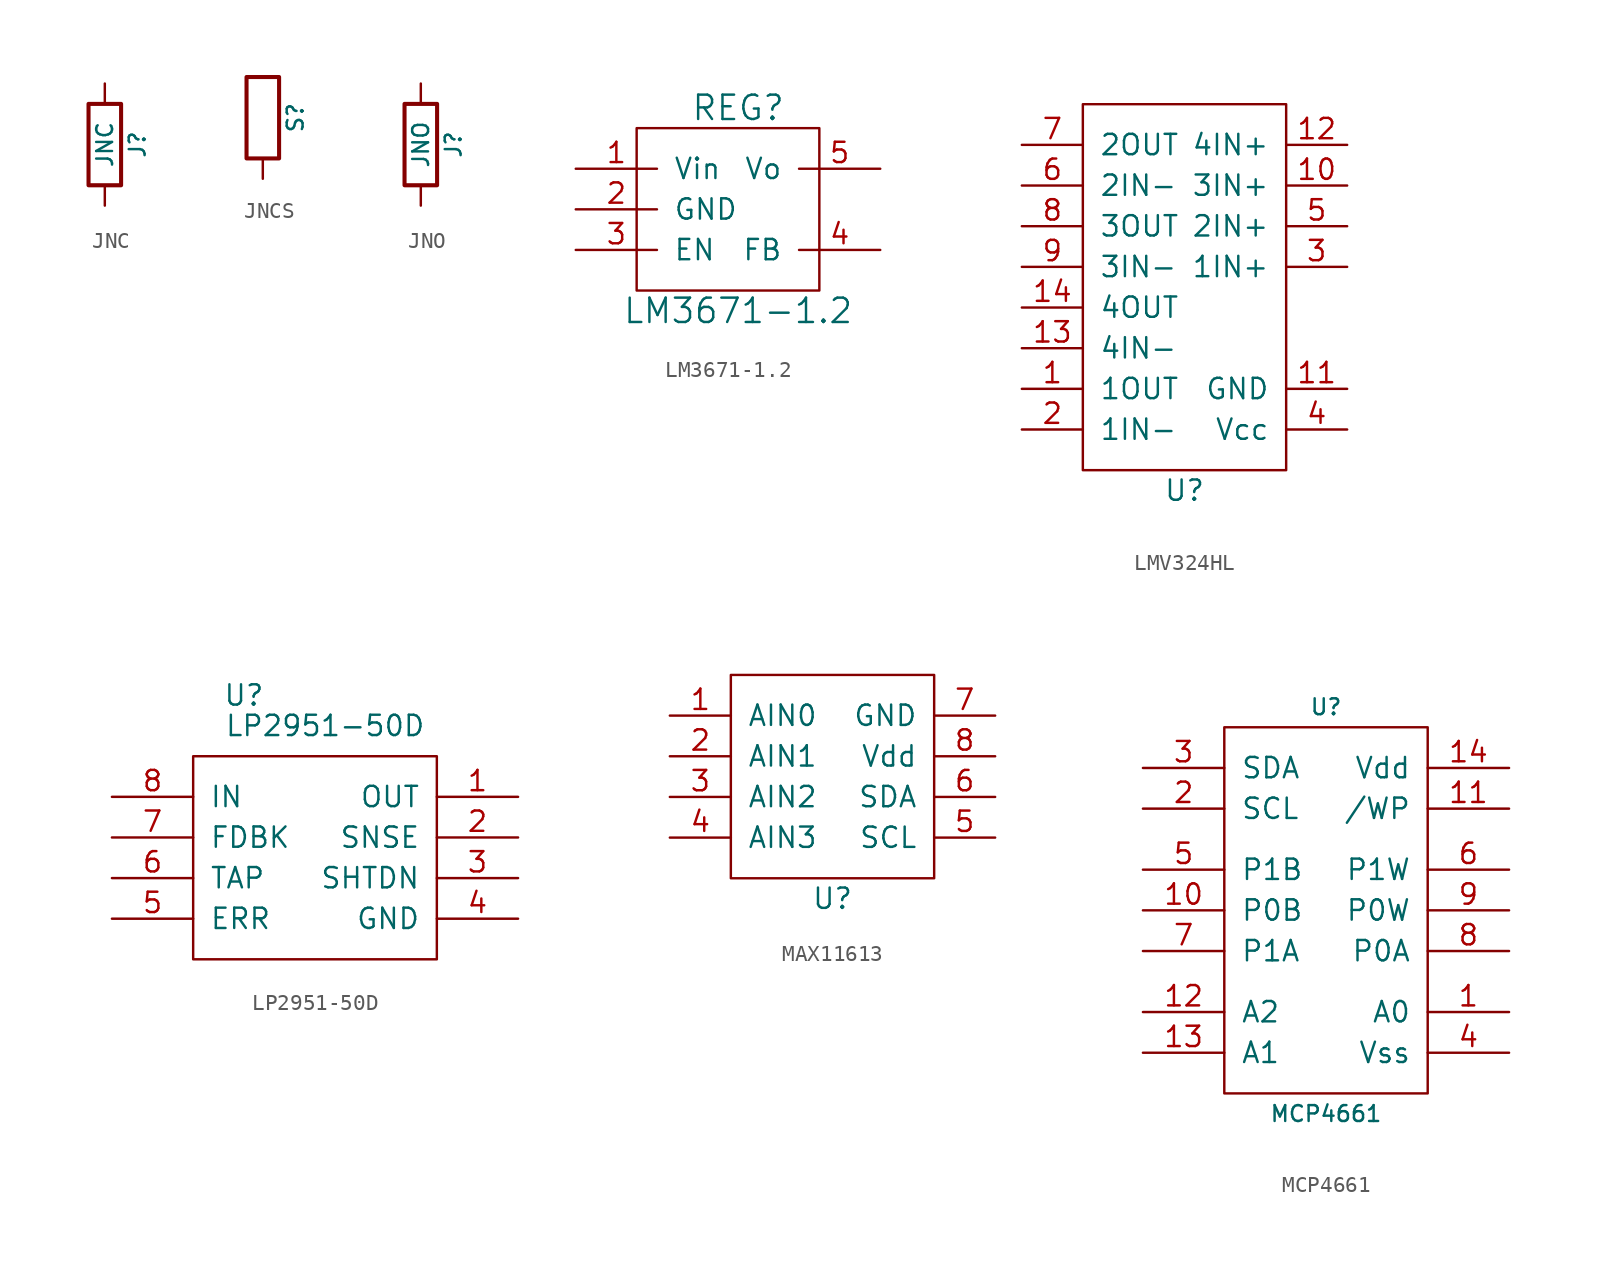
<source format=kicad_sym>
(kicad_symbol_lib
  (version 20220914)
  (generator kicad_symbol_editor)
  (symbol "JNC"
    (pin_numbers hide)
    (pin_names
      (offset 0))
    (property "Reference" "J"
      (at 2.032 0 90)
      (effects (font (size 0.991 0.991))))
    (property "Value" "JNC"
      (at 0 0 90)
      (effects (font (size 0.991 0.991))))
    (property "Footprint" ""
      (at -1.778 0 90)
      (effects (font (size 1.27 1.27))))
    (property "Datasheet" ""
      (at 0 0 0)
      (effects (font (size 1.27 1.27))))
    (symbol "JNC_0_1"
      (rectangle (start -1.016 -2.54) (end 1.016 2.54) (stroke (width 0.254) (type solid)) (fill (type none))))
    (symbol "JNC_1_1"
      (pin passive line (at 0 -3.81 90) (length 1.27) (name "~" (effects (font (size 1.27 1.27)))) (number "1" (effects (font (size 1.27 1.27)))))
      (pin passive line (at 0 3.81 270) (length 1.27) (name "~" (effects (font (size 1.27 1.27)))) (number "2" (effects (font (size 1.27 1.27)))))))
  (symbol "JNCS"
    (pin_numbers hide)
    (pin_names
      (offset 0))
    (property "Reference" "S"
      (at 2.032 0 90)
      (effects (font (size 0.991 0.991))))
    (property "Footprint" ""
      (at -1.778 0 90)
      (effects (font (size 1.27 1.27))))
    (property "Datasheet" ""
      (at 0 0 0)
      (effects (font (size 1.27 1.27))))
    (symbol "JNCS_0_1"
      (rectangle (start -1.016 -2.54) (end 1.016 2.54) (stroke (width 0.254) (type solid)) (fill (type none))))
    (symbol "JNCS_1_1"
      (pin passive line (at 0 -3.81 90) (length 1.27) (name "~" (effects (font (size 1.27 1.27)))) (number "1" (effects (font (size 1.27 1.27)))))))
  (symbol "JNO"
    (pin_numbers hide)
    (pin_names
      (offset 0))
    (property "Reference" "J"
      (at 2.032 0 90)
      (effects (font (size 0.991 0.991))))
    (property "Value" "JNO"
      (at 0 0 90)
      (effects (font (size 0.991 0.991))))
    (property "Footprint" ""
      (at -1.778 0 90)
      (effects (font (size 1.27 1.27))))
    (property "Datasheet" ""
      (at 0 0 0)
      (effects (font (size 1.27 1.27))))
    (symbol "JNO_0_1"
      (rectangle (start -1.016 -2.54) (end 1.016 2.54) (stroke (width 0.254) (type solid)) (fill (type none))))
    (symbol "JNO_1_1"
      (pin passive line (at 0 3.81 270) (length 1.27) (name "~" (effects (font (size 1.27 1.27)))) (number "1" (effects (font (size 1.27 1.27)))))
      (pin passive line (at 0 -3.81 90) (length 1.27) (name "~" (effects (font (size 1.27 1.27)))) (number "2" (effects (font (size 1.27 1.27)))))))
  (symbol "LM3671-1.2"
    (pin_names
      (offset 1.016))
    (property "Reference" "REG"
      (at 5.08 6.35 0)
      (effects (font (size 1.524 1.524))))
    (property "Value" "LM3671-1.2"
      (at 5.08 -6.35 0)
      (effects (font (size 1.524 1.524))))
    (property "Footprint" ""
      (at 0 0 0)
      (effects (font (size 1.524 1.524))))
    (property "Datasheet" ""
      (at 0 0 0)
      (effects (font (size 1.524 1.524))))
    (symbol "LM3671-1.2_0_1"
      (rectangle (start -1.27 5.08) (end 10.16 -5.08) (stroke (width 0) (type solid)) (fill (type none))))
    (symbol "LM3671-1.2_1_1"
      (pin power_in line (at -5.08 2.54 0) (length 5.08) (name "Vin" (effects (font (size 1.27 1.27)))) (number "1" (effects (font (size 1.27 1.27)))))
      (pin power_in line (at -5.08 0 0) (length 5.08) (name "GND" (effects (font (size 1.27 1.27)))) (number "2" (effects (font (size 1.27 1.27)))))
      (pin input line (at -5.08 -2.54 0) (length 5.08) (name "EN" (effects (font (size 1.27 1.27)))) (number "3" (effects (font (size 1.27 1.27)))))
      (pin input line (at 13.97 -2.54 180) (length 5.08) (name "FB" (effects (font (size 1.27 1.27)))) (number "4" (effects (font (size 1.27 1.27)))))
      (pin power_out line (at 13.97 2.54 180) (length 5.08) (name "Vo" (effects (font (size 1.27 1.27)))) (number "5" (effects (font (size 1.27 1.27)))))))
  (symbol "LMV324HL"
    (pin_names
      (offset 1.016))
    (property "Reference" "U"
      (at 0 -7.62 0)
      (effects (font (size 1.27 1.27))))
    (symbol "LMV324HL_0_1"
      (rectangle (start -6.35 16.51) (end 6.35 -6.35) (stroke (width 0) (type solid)) (fill (type none))))
    (symbol "LMV324HL_1_1"
      (pin power_out line (at -10.16 -1.27 0) (length 3.81) (name "1OUT" (effects (font (size 1.27 1.27)))) (number "1" (effects (font (size 1.27 1.27)))))
      (pin input line (at 10.16 11.43 180) (length 3.81) (name "3IN+" (effects (font (size 1.27 1.27)))) (number "10" (effects (font (size 1.27 1.27)))))
      (pin power_out line (at 10.16 -1.27 180) (length 3.81) (name "GND" (effects (font (size 1.27 1.27)))) (number "11" (effects (font (size 1.27 1.27)))))
      (pin power_out line (at 10.16 13.97 180) (length 3.81) (name "4IN+" (effects (font (size 1.27 1.27)))) (number "12" (effects (font (size 1.27 1.27)))))
      (pin power_out line (at -10.16 1.27 0) (length 3.81) (name "4IN-" (effects (font (size 1.27 1.27)))) (number "13" (effects (font (size 1.27 1.27)))))
      (pin power_out line (at -10.16 3.81 0) (length 3.81) (name "4OUT" (effects (font (size 1.27 1.27)))) (number "14" (effects (font (size 1.27 1.27)))))
      (pin power_out line (at -10.16 -3.81 0) (length 3.81) (name "1IN-" (effects (font (size 1.27 1.27)))) (number "2" (effects (font (size 1.27 1.27)))))
      (pin power_out line (at 10.16 6.35 180) (length 3.81) (name "1IN+" (effects (font (size 1.27 1.27)))) (number "3" (effects (font (size 1.27 1.27)))))
      (pin input line (at 10.16 -3.81 180) (length 3.81) (name "Vcc" (effects (font (size 1.27 1.27)))) (number "4" (effects (font (size 1.27 1.27)))))
      (pin power_in line (at 10.16 8.89 180) (length 3.81) (name "2IN+" (effects (font (size 1.27 1.27)))) (number "5" (effects (font (size 1.27 1.27)))))
      (pin input line (at -10.16 11.43 0) (length 3.81) (name "2IN-" (effects (font (size 1.27 1.27)))) (number "6" (effects (font (size 1.27 1.27)))))
      (pin power_in line (at -10.16 13.97 0) (length 3.81) (name "2OUT" (effects (font (size 1.27 1.27)))) (number "7" (effects (font (size 1.27 1.27)))))
      (pin input line (at -10.16 8.89 0) (length 3.81) (name "3OUT" (effects (font (size 1.27 1.27)))) (number "8" (effects (font (size 1.27 1.27)))))
      (pin input line (at -10.16 6.35 0) (length 3.81) (name "3IN-" (effects (font (size 1.27 1.27)))) (number "9" (effects (font (size 1.27 1.27)))))))
  (symbol "LP2951-50D"
    (pin_names
      (offset 1.016))
    (property "Reference" "U"
      (at -5.715 15.24 0)
      (effects (font (size 1.27 1.27))))
    (property "Value" "LP2951-50D"
      (at -0.635 13.335 0)
      (effects (font (size 1.27 1.27))))
    (property "Footprint" ""
      (at 0 0 0)
      (effects (font (size 1.27 1.27))))
    (property "Datasheet" ""
      (at 0 0 0)
      (effects (font (size 1.27 1.27))))
    (symbol "LP2951-50D_0_1"
      (rectangle (start -8.89 11.43) (end 6.35 -1.27) (stroke (width 0) (type solid)) (fill (type none))))
    (symbol "LP2951-50D_1_1"
      (pin power_out line (at 11.43 8.89 180) (length 5.08) (name "OUT" (effects (font (size 1.27 1.27)))) (number "1" (effects (font (size 1.27 1.27)))))
      (pin input line (at 11.43 6.35 180) (length 5.08) (name "SNSE" (effects (font (size 1.27 1.27)))) (number "2" (effects (font (size 1.27 1.27)))))
      (pin input line (at 11.43 3.81 180) (length 5.08) (name "SHTDN" (effects (font (size 1.27 1.27)))) (number "3" (effects (font (size 1.27 1.27)))))
      (pin power_out line (at 11.43 1.27 180) (length 5.08) (name "GND" (effects (font (size 1.27 1.27)))) (number "4" (effects (font (size 1.27 1.27)))))
      (pin input line (at -13.97 1.27 0) (length 5.08) (name "ERR" (effects (font (size 1.27 1.27)))) (number "5" (effects (font (size 1.27 1.27)))))
      (pin output line (at -13.97 3.81 0) (length 5.08) (name "TAP" (effects (font (size 1.27 1.27)))) (number "6" (effects (font (size 1.27 1.27)))))
      (pin input line (at -13.97 6.35 0) (length 5.08) (name "FDBK" (effects (font (size 1.27 1.27)))) (number "7" (effects (font (size 1.27 1.27)))))
      (pin power_in line (at -13.97 8.89 0) (length 5.08) (name "IN" (effects (font (size 1.27 1.27)))) (number "8" (effects (font (size 1.27 1.27)))))))
  (symbol "MAX11613"
    (pin_names
      (offset 1.016))
    (property "Reference" "U"
      (at 0 -7.62 0)
      (effects (font (size 1.27 1.27))))
    (symbol "MAX11613_0_1"
      (rectangle (start -6.35 6.35) (end 6.35 -6.35) (stroke (width 0) (type solid)) (fill (type none))))
    (symbol "MAX11613_1_1"
      (pin input line (at -10.16 3.81 0) (length 3.81) (name "AIN0" (effects (font (size 1.27 1.27)))) (number "1" (effects (font (size 1.27 1.27)))))
      (pin power_in line (at -10.16 1.27 0) (length 3.81) (name "AIN1" (effects (font (size 1.27 1.27)))) (number "2" (effects (font (size 1.27 1.27)))))
      (pin input line (at -10.16 -1.27 0) (length 3.81) (name "AIN2" (effects (font (size 1.27 1.27)))) (number "3" (effects (font (size 1.27 1.27)))))
      (pin power_in line (at -10.16 -3.81 0) (length 3.81) (name "AIN3" (effects (font (size 1.27 1.27)))) (number "4" (effects (font (size 1.27 1.27)))))
      (pin input line (at 10.16 -3.81 180) (length 3.81) (name "SCL" (effects (font (size 1.27 1.27)))) (number "5" (effects (font (size 1.27 1.27)))))
      (pin input line (at 10.16 -1.27 180) (length 3.81) (name "SDA" (effects (font (size 1.27 1.27)))) (number "6" (effects (font (size 1.27 1.27)))))
      (pin input line (at 10.16 3.81 180) (length 3.81) (name "GND" (effects (font (size 1.27 1.27)))) (number "7" (effects (font (size 1.27 1.27)))))
      (pin power_out line (at 10.16 1.27 180) (length 3.81) (name "Vdd" (effects (font (size 1.27 1.27)))) (number "8" (effects (font (size 1.27 1.27)))))))
  (symbol "MCP4661"
    (pin_names
      (offset 1.016))
    (property "Reference" "U"
      (at 6.35 24.13 0)
      (effects (font (size 0.991 0.991))))
    (property "Value" "MCP4661"
      (at 6.35 -1.27 0)
      (effects (font (size 0.991 0.991))))
    (property "Footprint" ""
      (at 0 0 0)
      (effects (font (size 0.991 0.991))))
    (property "Datasheet" ""
      (at 0 0 0)
      (effects (font (size 0.991 0.991))))
    (symbol "MCP4661_0_1"
      (rectangle (start 12.7 0) (end 0 22.86) (stroke (width 0) (type solid)) (fill (type none))))
    (symbol "MCP4661_1_1"
      (pin input line (at 17.78 5.08 180) (length 5.08) (name "A0" (effects (font (size 1.27 1.27)))) (number "1" (effects (font (size 1.27 1.27)))))
      (pin input line (at -5.08 11.43 0) (length 5.08) (name "P0B" (effects (font (size 1.27 1.27)))) (number "10" (effects (font (size 1.27 1.27)))))
      (pin power_in line (at 17.78 17.78 180) (length 5.08) (name "/WP" (effects (font (size 1.27 1.27)))) (number "11" (effects (font (size 1.27 1.27)))))
      (pin input line (at -5.08 5.08 0) (length 5.08) (name "A2" (effects (font (size 1.27 1.27)))) (number "12" (effects (font (size 1.27 1.27)))))
      (pin input line (at -5.08 2.54 0) (length 5.08) (name "A1" (effects (font (size 1.27 1.27)))) (number "13" (effects (font (size 1.27 1.27)))))
      (pin power_in line (at 17.78 20.32 180) (length 5.08) (name "Vdd" (effects (font (size 1.27 1.27)))) (number "14" (effects (font (size 1.27 1.27)))))
      (pin input line (at -5.08 17.78 0) (length 5.08) (name "SCL" (effects (font (size 1.27 1.27)))) (number "2" (effects (font (size 1.27 1.27)))))
      (pin bidirectional line (at -5.08 20.32 0) (length 5.08) (name "SDA" (effects (font (size 1.27 1.27)))) (number "3" (effects (font (size 1.27 1.27)))))
      (pin power_in line (at 17.78 2.54 180) (length 5.08) (name "Vss" (effects (font (size 1.27 1.27)))) (number "4" (effects (font (size 1.27 1.27)))))
      (pin input line (at -5.08 13.97 0) (length 5.08) (name "P1B" (effects (font (size 1.27 1.27)))) (number "5" (effects (font (size 1.27 1.27)))))
      (pin input line (at 17.78 13.97 180) (length 5.08) (name "P1W" (effects (font (size 1.27 1.27)))) (number "6" (effects (font (size 1.27 1.27)))))
      (pin input line (at -5.08 8.89 0) (length 5.08) (name "P1A" (effects (font (size 1.27 1.27)))) (number "7" (effects (font (size 1.27 1.27)))))
      (pin input line (at 17.78 8.89 180) (length 5.08) (name "P0A" (effects (font (size 1.27 1.27)))) (number "8" (effects (font (size 1.27 1.27)))))
      (pin output line (at 17.78 11.43 180) (length 5.08) (name "P0W" (effects (font (size 1.27 1.27)))) (number "9" (effects (font (size 1.27 1.27))))))))
</source>
